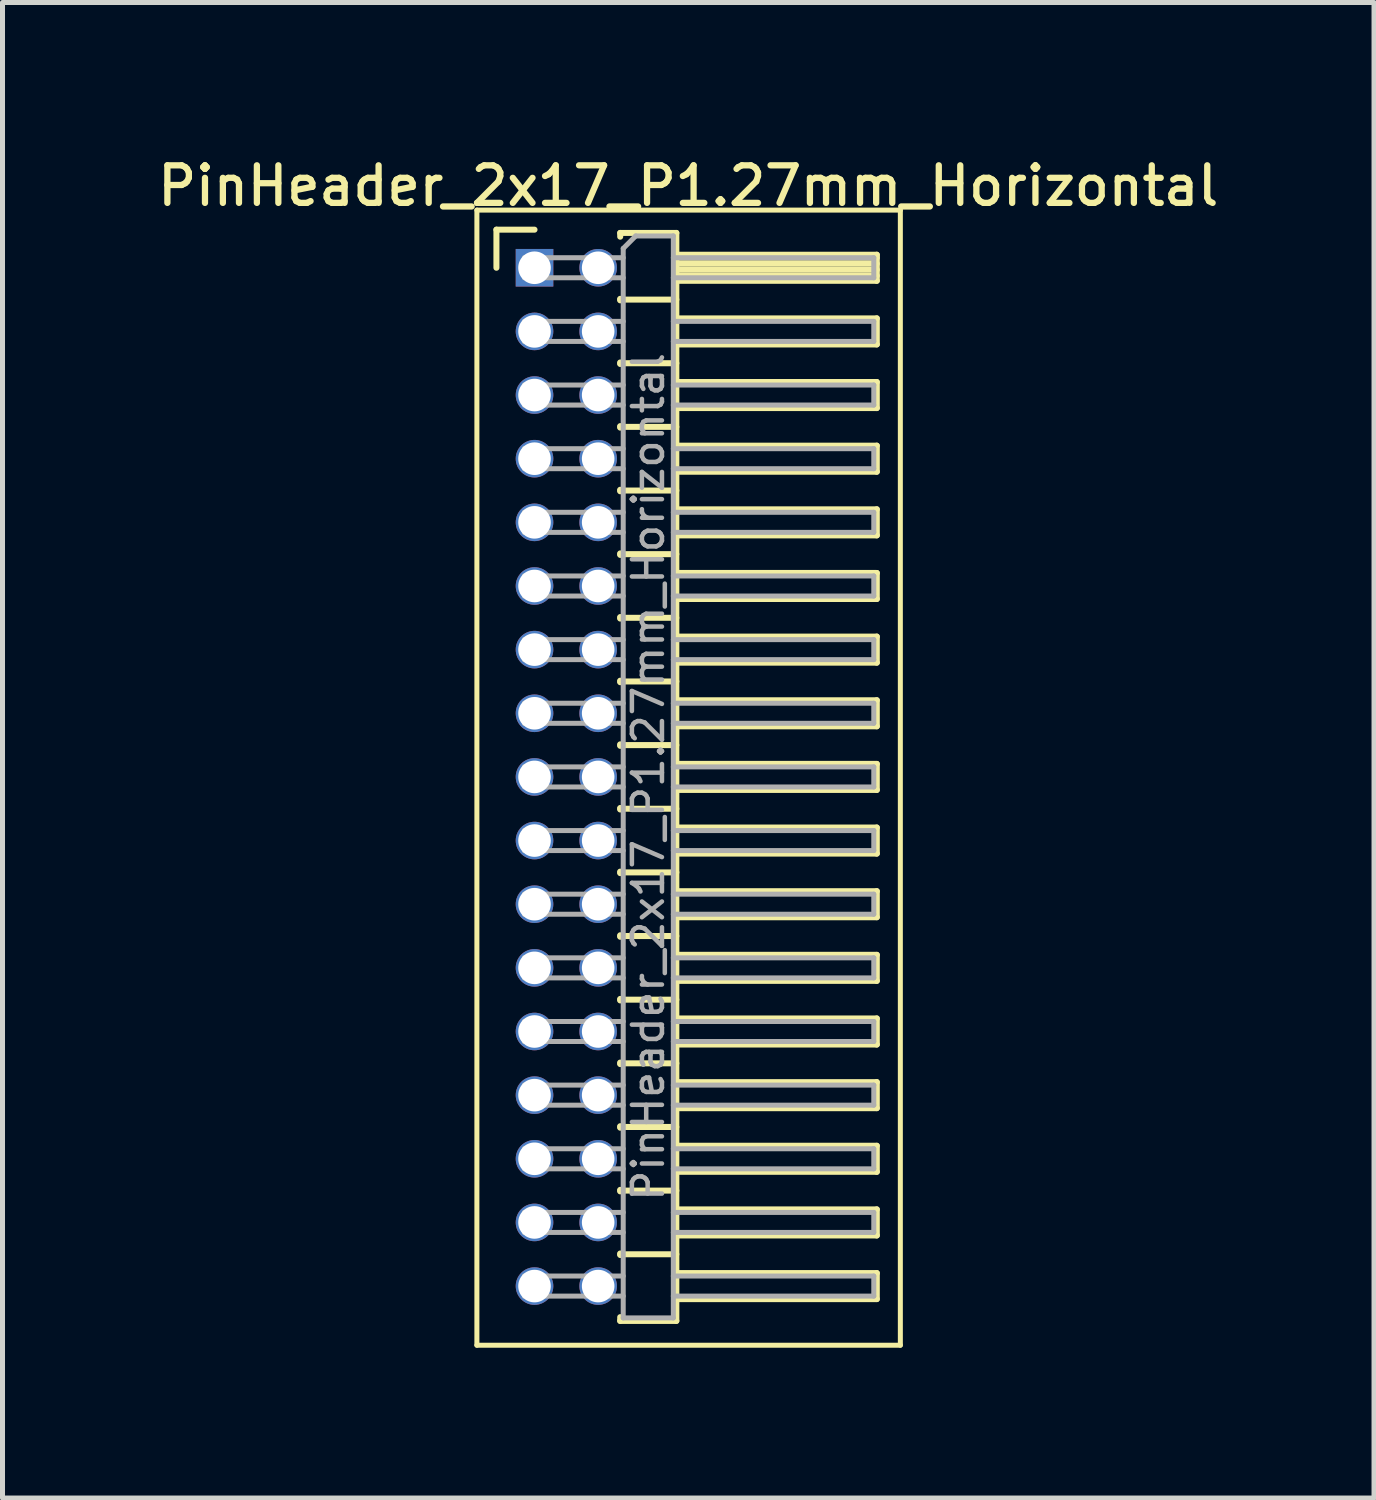
<source format=kicad_pcb>
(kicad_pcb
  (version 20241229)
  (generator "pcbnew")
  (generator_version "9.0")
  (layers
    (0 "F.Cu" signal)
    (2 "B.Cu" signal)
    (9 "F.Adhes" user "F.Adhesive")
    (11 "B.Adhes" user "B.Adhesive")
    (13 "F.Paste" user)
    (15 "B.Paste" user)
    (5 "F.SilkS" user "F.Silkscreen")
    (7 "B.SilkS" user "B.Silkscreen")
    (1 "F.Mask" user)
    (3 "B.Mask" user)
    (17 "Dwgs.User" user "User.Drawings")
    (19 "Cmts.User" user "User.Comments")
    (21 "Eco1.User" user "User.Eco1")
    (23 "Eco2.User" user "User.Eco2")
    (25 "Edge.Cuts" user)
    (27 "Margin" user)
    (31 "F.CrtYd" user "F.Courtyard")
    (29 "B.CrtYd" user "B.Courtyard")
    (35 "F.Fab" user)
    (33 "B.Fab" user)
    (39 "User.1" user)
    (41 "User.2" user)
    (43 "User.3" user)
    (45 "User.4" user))
  (footprint "PinHeader_2x17_P1.27mm_Horizontal"
    (layer "F.Cu")
    (at 7.616 2.293)
    (property "Reference" "PinHeader_2x17_P1.27mm_Horizontal" (at 3.067 -1.635 0) (layer "F.SilkS") (effects (font (size 0.75 0.75) (thickness 0.125))))
    (attr through_hole)
    (fp_line (start -1.15 -1.15) (end -1.15 21.5) (stroke (width 0.1) (type solid)) (layer "F.SilkS"))
    (fp_line (start -1.15 21.5) (end 7.3 21.5) (stroke (width 0.1) (type solid)) (layer "F.SilkS"))
    (fp_line (start -0.76 -0.76) (end 0 -0.76) (stroke (width 0.12) (type solid)) (layer "F.SilkS"))
    (fp_line (start -0.76 0) (end -0.76 -0.76) (stroke (width 0.12) (type solid)) (layer "F.SilkS"))
    (fp_line (start 1.71 -0.695) (end 2.83 -0.695) (stroke (width 0.12) (type solid)) (layer "F.SilkS"))
    (fp_line (start 1.71 -0.62) (end 1.71 -0.695) (stroke (width 0.12) (type solid)) (layer "F.SilkS"))
    (fp_line (start 1.71 0.62) (end 1.71 0.65) (stroke (width 0.12) (type solid)) (layer "F.SilkS"))
    (fp_line (start 1.71 0.635) (end 2.83 0.635) (stroke (width 0.12) (type solid)) (layer "F.SilkS"))
    (fp_line (start 1.71 1.89) (end 1.71 1.92) (stroke (width 0.12) (type solid)) (layer "F.SilkS"))
    (fp_line (start 1.71 1.905) (end 2.83 1.905) (stroke (width 0.12) (type solid)) (layer "F.SilkS"))
    (fp_line (start 1.71 3.16) (end 1.71 3.19) (stroke (width 0.12) (type solid)) (layer "F.SilkS"))
    (fp_line (start 1.71 3.175) (end 2.83 3.175) (stroke (width 0.12) (type solid)) (layer "F.SilkS"))
    (fp_line (start 1.71 4.43) (end 1.71 4.46) (stroke (width 0.12) (type solid)) (layer "F.SilkS"))
    (fp_line (start 1.71 4.445) (end 2.83 4.445) (stroke (width 0.12) (type solid)) (layer "F.SilkS"))
    (fp_line (start 1.71 5.7) (end 1.71 5.73) (stroke (width 0.12) (type solid)) (layer "F.SilkS"))
    (fp_line (start 1.71 5.715) (end 2.83 5.715) (stroke (width 0.12) (type solid)) (layer "F.SilkS"))
    (fp_line (start 1.71 6.97) (end 1.71 7) (stroke (width 0.12) (type solid)) (layer "F.SilkS"))
    (fp_line (start 1.71 6.985) (end 2.83 6.985) (stroke (width 0.12) (type solid)) (layer "F.SilkS"))
    (fp_line (start 1.71 8.24) (end 1.71 8.27) (stroke (width 0.12) (type solid)) (layer "F.SilkS"))
    (fp_line (start 1.71 8.255) (end 2.83 8.255) (stroke (width 0.12) (type solid)) (layer "F.SilkS"))
    (fp_line (start 1.71 9.51) (end 1.71 9.54) (stroke (width 0.12) (type solid)) (layer "F.SilkS"))
    (fp_line (start 1.71 9.525) (end 2.83 9.525) (stroke (width 0.12) (type solid)) (layer "F.SilkS"))
    (fp_line (start 1.71 10.78) (end 1.71 10.81) (stroke (width 0.12) (type solid)) (layer "F.SilkS"))
    (fp_line (start 1.71 10.795) (end 2.83 10.795) (stroke (width 0.12) (type solid)) (layer "F.SilkS"))
    (fp_line (start 1.71 12.05) (end 1.71 12.08) (stroke (width 0.12) (type solid)) (layer "F.SilkS"))
    (fp_line (start 1.71 12.065) (end 2.83 12.065) (stroke (width 0.12) (type solid)) (layer "F.SilkS"))
    (fp_line (start 1.71 13.32) (end 1.71 13.35) (stroke (width 0.12) (type solid)) (layer "F.SilkS"))
    (fp_line (start 1.71 13.335) (end 2.83 13.335) (stroke (width 0.12) (type solid)) (layer "F.SilkS"))
    (fp_line (start 1.71 14.59) (end 1.71 14.62) (stroke (width 0.12) (type solid)) (layer "F.SilkS"))
    (fp_line (start 1.71 14.605) (end 2.83 14.605) (stroke (width 0.12) (type solid)) (layer "F.SilkS"))
    (fp_line (start 1.71 15.86) (end 1.71 15.89) (stroke (width 0.12) (type solid)) (layer "F.SilkS"))
    (fp_line (start 1.71 15.875) (end 2.83 15.875) (stroke (width 0.12) (type solid)) (layer "F.SilkS"))
    (fp_line (start 1.71 17.13) (end 1.71 17.16) (stroke (width 0.12) (type solid)) (layer "F.SilkS"))
    (fp_line (start 1.71 17.145) (end 2.83 17.145) (stroke (width 0.12) (type solid)) (layer "F.SilkS"))
    (fp_line (start 1.71 18.4) (end 1.71 18.43) (stroke (width 0.12) (type solid)) (layer "F.SilkS"))
    (fp_line (start 1.71 18.415) (end 2.83 18.415) (stroke (width 0.12) (type solid)) (layer "F.SilkS"))
    (fp_line (start 1.71 19.67) (end 1.71 19.7) (stroke (width 0.12) (type solid)) (layer "F.SilkS"))
    (fp_line (start 1.71 19.685) (end 2.83 19.685) (stroke (width 0.12) (type solid)) (layer "F.SilkS"))
    (fp_line (start 1.71 21.015) (end 1.71 20.94) (stroke (width 0.12) (type solid)) (layer "F.SilkS"))
    (fp_line (start 2.83 -0.695) (end 2.83 21.015) (stroke (width 0.12) (type solid)) (layer "F.SilkS"))
    (fp_line (start 2.83 -0.26) (end 6.83 -0.26) (stroke (width 0.12) (type solid)) (layer "F.SilkS"))
    (fp_line (start 2.83 -0.2) (end 6.83 -0.2) (stroke (width 0.12) (type solid)) (layer "F.SilkS"))
    (fp_line (start 2.83 -0.08) (end 6.83 -0.08) (stroke (width 0.12) (type solid)) (layer "F.SilkS"))
    (fp_line (start 2.83 0.04) (end 6.83 0.04) (stroke (width 0.12) (type solid)) (layer "F.SilkS"))
    (fp_line (start 2.83 0.16) (end 6.83 0.16) (stroke (width 0.12) (type solid)) (layer "F.SilkS"))
    (fp_line (start 2.83 1.01) (end 6.83 1.01) (stroke (width 0.12) (type solid)) (layer "F.SilkS"))
    (fp_line (start 2.83 2.28) (end 6.83 2.28) (stroke (width 0.12) (type solid)) (layer "F.SilkS"))
    (fp_line (start 2.83 3.55) (end 6.83 3.55) (stroke (width 0.12) (type solid)) (layer "F.SilkS"))
    (fp_line (start 2.83 4.82) (end 6.83 4.82) (stroke (width 0.12) (type solid)) (layer "F.SilkS"))
    (fp_line (start 2.83 6.09) (end 6.83 6.09) (stroke (width 0.12) (type solid)) (layer "F.SilkS"))
    (fp_line (start 2.83 7.36) (end 6.83 7.36) (stroke (width 0.12) (type solid)) (layer "F.SilkS"))
    (fp_line (start 2.83 8.63) (end 6.83 8.63) (stroke (width 0.12) (type solid)) (layer "F.SilkS"))
    (fp_line (start 2.83 9.9) (end 6.83 9.9) (stroke (width 0.12) (type solid)) (layer "F.SilkS"))
    (fp_line (start 2.83 11.17) (end 6.83 11.17) (stroke (width 0.12) (type solid)) (layer "F.SilkS"))
    (fp_line (start 2.83 12.44) (end 6.83 12.44) (stroke (width 0.12) (type solid)) (layer "F.SilkS"))
    (fp_line (start 2.83 13.71) (end 6.83 13.71) (stroke (width 0.12) (type solid)) (layer "F.SilkS"))
    (fp_line (start 2.83 14.98) (end 6.83 14.98) (stroke (width 0.12) (type solid)) (layer "F.SilkS"))
    (fp_line (start 2.83 16.25) (end 6.83 16.25) (stroke (width 0.12) (type solid)) (layer "F.SilkS"))
    (fp_line (start 2.83 17.52) (end 6.83 17.52) (stroke (width 0.12) (type solid)) (layer "F.SilkS"))
    (fp_line (start 2.83 18.79) (end 6.83 18.79) (stroke (width 0.12) (type solid)) (layer "F.SilkS"))
    (fp_line (start 2.83 20.06) (end 6.83 20.06) (stroke (width 0.12) (type solid)) (layer "F.SilkS"))
    (fp_line (start 2.83 21.015) (end 1.71 21.015) (stroke (width 0.12) (type solid)) (layer "F.SilkS"))
    (fp_line (start 6.83 -0.26) (end 6.83 0.26) (stroke (width 0.12) (type solid)) (layer "F.SilkS"))
    (fp_line (start 6.83 0.26) (end 2.83 0.26) (stroke (width 0.12) (type solid)) (layer "F.SilkS"))
    (fp_line (start 6.83 1.01) (end 6.83 1.53) (stroke (width 0.12) (type solid)) (layer "F.SilkS"))
    (fp_line (start 6.83 1.53) (end 2.83 1.53) (stroke (width 0.12) (type solid)) (layer "F.SilkS"))
    (fp_line (start 6.83 2.28) (end 6.83 2.8) (stroke (width 0.12) (type solid)) (layer "F.SilkS"))
    (fp_line (start 6.83 2.8) (end 2.83 2.8) (stroke (width 0.12) (type solid)) (layer "F.SilkS"))
    (fp_line (start 6.83 3.55) (end 6.83 4.07) (stroke (width 0.12) (type solid)) (layer "F.SilkS"))
    (fp_line (start 6.83 4.07) (end 2.83 4.07) (stroke (width 0.12) (type solid)) (layer "F.SilkS"))
    (fp_line (start 6.83 4.82) (end 6.83 5.34) (stroke (width 0.12) (type solid)) (layer "F.SilkS"))
    (fp_line (start 6.83 5.34) (end 2.83 5.34) (stroke (width 0.12) (type solid)) (layer "F.SilkS"))
    (fp_line (start 6.83 6.09) (end 6.83 6.61) (stroke (width 0.12) (type solid)) (layer "F.SilkS"))
    (fp_line (start 6.83 6.61) (end 2.83 6.61) (stroke (width 0.12) (type solid)) (layer "F.SilkS"))
    (fp_line (start 6.83 7.36) (end 6.83 7.88) (stroke (width 0.12) (type solid)) (layer "F.SilkS"))
    (fp_line (start 6.83 7.88) (end 2.83 7.88) (stroke (width 0.12) (type solid)) (layer "F.SilkS"))
    (fp_line (start 6.83 8.63) (end 6.83 9.15) (stroke (width 0.12) (type solid)) (layer "F.SilkS"))
    (fp_line (start 6.83 9.15) (end 2.83 9.15) (stroke (width 0.12) (type solid)) (layer "F.SilkS"))
    (fp_line (start 6.83 9.9) (end 6.83 10.42) (stroke (width 0.12) (type solid)) (layer "F.SilkS"))
    (fp_line (start 6.83 10.42) (end 2.83 10.42) (stroke (width 0.12) (type solid)) (layer "F.SilkS"))
    (fp_line (start 6.83 11.17) (end 6.83 11.69) (stroke (width 0.12) (type solid)) (layer "F.SilkS"))
    (fp_line (start 6.83 11.69) (end 2.83 11.69) (stroke (width 0.12) (type solid)) (layer "F.SilkS"))
    (fp_line (start 6.83 12.44) (end 6.83 12.96) (stroke (width 0.12) (type solid)) (layer "F.SilkS"))
    (fp_line (start 6.83 12.96) (end 2.83 12.96) (stroke (width 0.12) (type solid)) (layer "F.SilkS"))
    (fp_line (start 6.83 13.71) (end 6.83 14.23) (stroke (width 0.12) (type solid)) (layer "F.SilkS"))
    (fp_line (start 6.83 14.23) (end 2.83 14.23) (stroke (width 0.12) (type solid)) (layer "F.SilkS"))
    (fp_line (start 6.83 14.98) (end 6.83 15.5) (stroke (width 0.12) (type solid)) (layer "F.SilkS"))
    (fp_line (start 6.83 15.5) (end 2.83 15.5) (stroke (width 0.12) (type solid)) (layer "F.SilkS"))
    (fp_line (start 6.83 16.25) (end 6.83 16.77) (stroke (width 0.12) (type solid)) (layer "F.SilkS"))
    (fp_line (start 6.83 16.77) (end 2.83 16.77) (stroke (width 0.12) (type solid)) (layer "F.SilkS"))
    (fp_line (start 6.83 17.52) (end 6.83 18.04) (stroke (width 0.12) (type solid)) (layer "F.SilkS"))
    (fp_line (start 6.83 18.04) (end 2.83 18.04) (stroke (width 0.12) (type solid)) (layer "F.SilkS"))
    (fp_line (start 6.83 18.79) (end 6.83 19.31) (stroke (width 0.12) (type solid)) (layer "F.SilkS"))
    (fp_line (start 6.83 19.31) (end 2.83 19.31) (stroke (width 0.12) (type solid)) (layer "F.SilkS"))
    (fp_line (start 6.83 20.06) (end 6.83 20.58) (stroke (width 0.12) (type solid)) (layer "F.SilkS"))
    (fp_line (start 6.83 20.58) (end 2.83 20.58) (stroke (width 0.12) (type solid)) (layer "F.SilkS"))
    (fp_line (start 7.3 -1.15) (end -1.15 -1.15) (stroke (width 0.1) (type solid)) (layer "F.SilkS"))
    (fp_line (start 7.3 21.5) (end 7.3 -1.15) (stroke (width 0.1) (type solid)) (layer "F.SilkS"))
    (fp_line (start -0.2 -0.2) (end -0.2 0.2) (stroke (width 0.1) (type solid)) (layer "F.Fab"))
    (fp_line (start -0.2 -0.2) (end 1.77 -0.2) (stroke (width 0.1) (type solid)) (layer "F.Fab"))
    (fp_line (start -0.2 0.2) (end 1.77 0.2) (stroke (width 0.1) (type solid)) (layer "F.Fab"))
    (fp_line (start -0.2 1.07) (end -0.2 1.47) (stroke (width 0.1) (type solid)) (layer "F.Fab"))
    (fp_line (start -0.2 1.07) (end 1.77 1.07) (stroke (width 0.1) (type solid)) (layer "F.Fab"))
    (fp_line (start -0.2 1.47) (end 1.77 1.47) (stroke (width 0.1) (type solid)) (layer "F.Fab"))
    (fp_line (start -0.2 2.34) (end -0.2 2.74) (stroke (width 0.1) (type solid)) (layer "F.Fab"))
    (fp_line (start -0.2 2.34) (end 1.77 2.34) (stroke (width 0.1) (type solid)) (layer "F.Fab"))
    (fp_line (start -0.2 2.74) (end 1.77 2.74) (stroke (width 0.1) (type solid)) (layer "F.Fab"))
    (fp_line (start -0.2 3.61) (end -0.2 4.01) (stroke (width 0.1) (type solid)) (layer "F.Fab"))
    (fp_line (start -0.2 3.61) (end 1.77 3.61) (stroke (width 0.1) (type solid)) (layer "F.Fab"))
    (fp_line (start -0.2 4.01) (end 1.77 4.01) (stroke (width 0.1) (type solid)) (layer "F.Fab"))
    (fp_line (start -0.2 4.88) (end -0.2 5.28) (stroke (width 0.1) (type solid)) (layer "F.Fab"))
    (fp_line (start -0.2 4.88) (end 1.77 4.88) (stroke (width 0.1) (type solid)) (layer "F.Fab"))
    (fp_line (start -0.2 5.28) (end 1.77 5.28) (stroke (width 0.1) (type solid)) (layer "F.Fab"))
    (fp_line (start -0.2 6.15) (end -0.2 6.55) (stroke (width 0.1) (type solid)) (layer "F.Fab"))
    (fp_line (start -0.2 6.15) (end 1.77 6.15) (stroke (width 0.1) (type solid)) (layer "F.Fab"))
    (fp_line (start -0.2 6.55) (end 1.77 6.55) (stroke (width 0.1) (type solid)) (layer "F.Fab"))
    (fp_line (start -0.2 7.42) (end -0.2 7.82) (stroke (width 0.1) (type solid)) (layer "F.Fab"))
    (fp_line (start -0.2 7.42) (end 1.77 7.42) (stroke (width 0.1) (type solid)) (layer "F.Fab"))
    (fp_line (start -0.2 7.82) (end 1.77 7.82) (stroke (width 0.1) (type solid)) (layer "F.Fab"))
    (fp_line (start -0.2 8.69) (end -0.2 9.09) (stroke (width 0.1) (type solid)) (layer "F.Fab"))
    (fp_line (start -0.2 8.69) (end 1.77 8.69) (stroke (width 0.1) (type solid)) (layer "F.Fab"))
    (fp_line (start -0.2 9.09) (end 1.77 9.09) (stroke (width 0.1) (type solid)) (layer "F.Fab"))
    (fp_line (start -0.2 9.96) (end -0.2 10.36) (stroke (width 0.1) (type solid)) (layer "F.Fab"))
    (fp_line (start -0.2 9.96) (end 1.77 9.96) (stroke (width 0.1) (type solid)) (layer "F.Fab"))
    (fp_line (start -0.2 10.36) (end 1.77 10.36) (stroke (width 0.1) (type solid)) (layer "F.Fab"))
    (fp_line (start -0.2 11.23) (end -0.2 11.63) (stroke (width 0.1) (type solid)) (layer "F.Fab"))
    (fp_line (start -0.2 11.23) (end 1.77 11.23) (stroke (width 0.1) (type solid)) (layer "F.Fab"))
    (fp_line (start -0.2 11.63) (end 1.77 11.63) (stroke (width 0.1) (type solid)) (layer "F.Fab"))
    (fp_line (start -0.2 12.5) (end -0.2 12.9) (stroke (width 0.1) (type solid)) (layer "F.Fab"))
    (fp_line (start -0.2 12.5) (end 1.77 12.5) (stroke (width 0.1) (type solid)) (layer "F.Fab"))
    (fp_line (start -0.2 12.9) (end 1.77 12.9) (stroke (width 0.1) (type solid)) (layer "F.Fab"))
    (fp_line (start -0.2 13.77) (end -0.2 14.17) (stroke (width 0.1) (type solid)) (layer "F.Fab"))
    (fp_line (start -0.2 13.77) (end 1.77 13.77) (stroke (width 0.1) (type solid)) (layer "F.Fab"))
    (fp_line (start -0.2 14.17) (end 1.77 14.17) (stroke (width 0.1) (type solid)) (layer "F.Fab"))
    (fp_line (start -0.2 15.04) (end -0.2 15.44) (stroke (width 0.1) (type solid)) (layer "F.Fab"))
    (fp_line (start -0.2 15.04) (end 1.77 15.04) (stroke (width 0.1) (type solid)) (layer "F.Fab"))
    (fp_line (start -0.2 15.44) (end 1.77 15.44) (stroke (width 0.1) (type solid)) (layer "F.Fab"))
    (fp_line (start -0.2 16.31) (end -0.2 16.71) (stroke (width 0.1) (type solid)) (layer "F.Fab"))
    (fp_line (start -0.2 16.31) (end 1.77 16.31) (stroke (width 0.1) (type solid)) (layer "F.Fab"))
    (fp_line (start -0.2 16.71) (end 1.77 16.71) (stroke (width 0.1) (type solid)) (layer "F.Fab"))
    (fp_line (start -0.2 17.58) (end -0.2 17.98) (stroke (width 0.1) (type solid)) (layer "F.Fab"))
    (fp_line (start -0.2 17.58) (end 1.77 17.58) (stroke (width 0.1) (type solid)) (layer "F.Fab"))
    (fp_line (start -0.2 17.98) (end 1.77 17.98) (stroke (width 0.1) (type solid)) (layer "F.Fab"))
    (fp_line (start -0.2 18.85) (end -0.2 19.25) (stroke (width 0.1) (type solid)) (layer "F.Fab"))
    (fp_line (start -0.2 18.85) (end 1.77 18.85) (stroke (width 0.1) (type solid)) (layer "F.Fab"))
    (fp_line (start -0.2 19.25) (end 1.77 19.25) (stroke (width 0.1) (type solid)) (layer "F.Fab"))
    (fp_line (start -0.2 20.12) (end -0.2 20.52) (stroke (width 0.1) (type solid)) (layer "F.Fab"))
    (fp_line (start -0.2 20.12) (end 1.77 20.12) (stroke (width 0.1) (type solid)) (layer "F.Fab"))
    (fp_line (start -0.2 20.52) (end 1.77 20.52) (stroke (width 0.1) (type solid)) (layer "F.Fab"))
    (fp_line (start 1.77 -0.385) (end 2.02 -0.635) (stroke (width 0.1) (type solid)) (layer "F.Fab"))
    (fp_line (start 1.77 20.955) (end 1.77 -0.385) (stroke (width 0.1) (type solid)) (layer "F.Fab"))
    (fp_line (start 2.02 -0.635) (end 2.77 -0.635) (stroke (width 0.1) (type solid)) (layer "F.Fab"))
    (fp_line (start 2.77 -0.635) (end 2.77 20.955) (stroke (width 0.1) (type solid)) (layer "F.Fab"))
    (fp_line (start 2.77 -0.2) (end 6.77 -0.2) (stroke (width 0.1) (type solid)) (layer "F.Fab"))
    (fp_line (start 2.77 0.2) (end 6.77 0.2) (stroke (width 0.1) (type solid)) (layer "F.Fab"))
    (fp_line (start 2.77 1.07) (end 6.77 1.07) (stroke (width 0.1) (type solid)) (layer "F.Fab"))
    (fp_line (start 2.77 1.47) (end 6.77 1.47) (stroke (width 0.1) (type solid)) (layer "F.Fab"))
    (fp_line (start 2.77 2.34) (end 6.77 2.34) (stroke (width 0.1) (type solid)) (layer "F.Fab"))
    (fp_line (start 2.77 2.74) (end 6.77 2.74) (stroke (width 0.1) (type solid)) (layer "F.Fab"))
    (fp_line (start 2.77 3.61) (end 6.77 3.61) (stroke (width 0.1) (type solid)) (layer "F.Fab"))
    (fp_line (start 2.77 4.01) (end 6.77 4.01) (stroke (width 0.1) (type solid)) (layer "F.Fab"))
    (fp_line (start 2.77 4.88) (end 6.77 4.88) (stroke (width 0.1) (type solid)) (layer "F.Fab"))
    (fp_line (start 2.77 5.28) (end 6.77 5.28) (stroke (width 0.1) (type solid)) (layer "F.Fab"))
    (fp_line (start 2.77 6.15) (end 6.77 6.15) (stroke (width 0.1) (type solid)) (layer "F.Fab"))
    (fp_line (start 2.77 6.55) (end 6.77 6.55) (stroke (width 0.1) (type solid)) (layer "F.Fab"))
    (fp_line (start 2.77 7.42) (end 6.77 7.42) (stroke (width 0.1) (type solid)) (layer "F.Fab"))
    (fp_line (start 2.77 7.82) (end 6.77 7.82) (stroke (width 0.1) (type solid)) (layer "F.Fab"))
    (fp_line (start 2.77 8.69) (end 6.77 8.69) (stroke (width 0.1) (type solid)) (layer "F.Fab"))
    (fp_line (start 2.77 9.09) (end 6.77 9.09) (stroke (width 0.1) (type solid)) (layer "F.Fab"))
    (fp_line (start 2.77 9.96) (end 6.77 9.96) (stroke (width 0.1) (type solid)) (layer "F.Fab"))
    (fp_line (start 2.77 10.36) (end 6.77 10.36) (stroke (width 0.1) (type solid)) (layer "F.Fab"))
    (fp_line (start 2.77 11.23) (end 6.77 11.23) (stroke (width 0.1) (type solid)) (layer "F.Fab"))
    (fp_line (start 2.77 11.63) (end 6.77 11.63) (stroke (width 0.1) (type solid)) (layer "F.Fab"))
    (fp_line (start 2.77 12.5) (end 6.77 12.5) (stroke (width 0.1) (type solid)) (layer "F.Fab"))
    (fp_line (start 2.77 12.9) (end 6.77 12.9) (stroke (width 0.1) (type solid)) (layer "F.Fab"))
    (fp_line (start 2.77 13.77) (end 6.77 13.77) (stroke (width 0.1) (type solid)) (layer "F.Fab"))
    (fp_line (start 2.77 14.17) (end 6.77 14.17) (stroke (width 0.1) (type solid)) (layer "F.Fab"))
    (fp_line (start 2.77 15.04) (end 6.77 15.04) (stroke (width 0.1) (type solid)) (layer "F.Fab"))
    (fp_line (start 2.77 15.44) (end 6.77 15.44) (stroke (width 0.1) (type solid)) (layer "F.Fab"))
    (fp_line (start 2.77 16.31) (end 6.77 16.31) (stroke (width 0.1) (type solid)) (layer "F.Fab"))
    (fp_line (start 2.77 16.71) (end 6.77 16.71) (stroke (width 0.1) (type solid)) (layer "F.Fab"))
    (fp_line (start 2.77 17.58) (end 6.77 17.58) (stroke (width 0.1) (type solid)) (layer "F.Fab"))
    (fp_line (start 2.77 17.98) (end 6.77 17.98) (stroke (width 0.1) (type solid)) (layer "F.Fab"))
    (fp_line (start 2.77 18.85) (end 6.77 18.85) (stroke (width 0.1) (type solid)) (layer "F.Fab"))
    (fp_line (start 2.77 19.25) (end 6.77 19.25) (stroke (width 0.1) (type solid)) (layer "F.Fab"))
    (fp_line (start 2.77 20.12) (end 6.77 20.12) (stroke (width 0.1) (type solid)) (layer "F.Fab"))
    (fp_line (start 2.77 20.52) (end 6.77 20.52) (stroke (width 0.1) (type solid)) (layer "F.Fab"))
    (fp_line (start 2.77 20.955) (end 1.77 20.955) (stroke (width 0.1) (type solid)) (layer "F.Fab"))
    (fp_line (start 6.77 -0.2) (end 6.77 0.2) (stroke (width 0.1) (type solid)) (layer "F.Fab"))
    (fp_line (start 6.77 1.07) (end 6.77 1.47) (stroke (width 0.1) (type solid)) (layer "F.Fab"))
    (fp_line (start 6.77 2.34) (end 6.77 2.74) (stroke (width 0.1) (type solid)) (layer "F.Fab"))
    (fp_line (start 6.77 3.61) (end 6.77 4.01) (stroke (width 0.1) (type solid)) (layer "F.Fab"))
    (fp_line (start 6.77 4.88) (end 6.77 5.28) (stroke (width 0.1) (type solid)) (layer "F.Fab"))
    (fp_line (start 6.77 6.15) (end 6.77 6.55) (stroke (width 0.1) (type solid)) (layer "F.Fab"))
    (fp_line (start 6.77 7.42) (end 6.77 7.82) (stroke (width 0.1) (type solid)) (layer "F.Fab"))
    (fp_line (start 6.77 8.69) (end 6.77 9.09) (stroke (width 0.1) (type solid)) (layer "F.Fab"))
    (fp_line (start 6.77 9.96) (end 6.77 10.36) (stroke (width 0.1) (type solid)) (layer "F.Fab"))
    (fp_line (start 6.77 11.23) (end 6.77 11.63) (stroke (width 0.1) (type solid)) (layer "F.Fab"))
    (fp_line (start 6.77 12.5) (end 6.77 12.9) (stroke (width 0.1) (type solid)) (layer "F.Fab"))
    (fp_line (start 6.77 13.77) (end 6.77 14.17) (stroke (width 0.1) (type solid)) (layer "F.Fab"))
    (fp_line (start 6.77 15.04) (end 6.77 15.44) (stroke (width 0.1) (type solid)) (layer "F.Fab"))
    (fp_line (start 6.77 16.31) (end 6.77 16.71) (stroke (width 0.1) (type solid)) (layer "F.Fab"))
    (fp_line (start 6.77 17.58) (end 6.77 17.98) (stroke (width 0.1) (type solid)) (layer "F.Fab"))
    (fp_line (start 6.77 18.85) (end 6.77 19.25) (stroke (width 0.1) (type solid)) (layer "F.Fab"))
    (fp_line (start 6.77 20.12) (end 6.77 20.52) (stroke (width 0.1) (type solid)) (layer "F.Fab"))
    (fp_text user "${REFERENCE}" (at 2.27 10.16 90) (layer "F.Fab") (effects (font (size 0.6 0.6) (thickness 0.09))))
    (pad "1" thru_hole rect (at 0 0) (size 0.75 0.75) (drill 0.65) (layers "*.Cu" "*.Mask"))
    (pad "2" thru_hole oval (at 1.27 0) (size 0.75 0.75) (drill 0.65) (layers "*.Cu" "*.Mask"))
    (pad "3" thru_hole oval (at 0 1.27) (size 0.75 0.75) (drill 0.65) (layers "*.Cu" "*.Mask"))
    (pad "4" thru_hole oval (at 1.27 1.27) (size 0.75 0.75) (drill 0.65) (layers "*.Cu" "*.Mask"))
    (pad "5" thru_hole oval (at 0 2.54) (size 0.75 0.75) (drill 0.65) (layers "*.Cu" "*.Mask"))
    (pad "6" thru_hole oval (at 1.27 2.54) (size 0.75 0.75) (drill 0.65) (layers "*.Cu" "*.Mask"))
    (pad "7" thru_hole oval (at 0 3.81) (size 0.75 0.75) (drill 0.65) (layers "*.Cu" "*.Mask"))
    (pad "8" thru_hole oval (at 1.27 3.81) (size 0.75 0.75) (drill 0.65) (layers "*.Cu" "*.Mask"))
    (pad "9" thru_hole oval (at 0 5.08) (size 0.75 0.75) (drill 0.65) (layers "*.Cu" "*.Mask"))
    (pad "10" thru_hole oval (at 1.27 5.08) (size 0.75 0.75) (drill 0.65) (layers "*.Cu" "*.Mask"))
    (pad "11" thru_hole oval (at 0 6.35) (size 0.75 0.75) (drill 0.65) (layers "*.Cu" "*.Mask"))
    (pad "12" thru_hole oval (at 1.27 6.35) (size 0.75 0.75) (drill 0.65) (layers "*.Cu" "*.Mask"))
    (pad "13" thru_hole oval (at 0 7.62) (size 0.75 0.75) (drill 0.65) (layers "*.Cu" "*.Mask"))
    (pad "14" thru_hole oval (at 1.27 7.62) (size 0.75 0.75) (drill 0.65) (layers "*.Cu" "*.Mask"))
    (pad "15" thru_hole oval (at 0 8.89) (size 0.75 0.75) (drill 0.65) (layers "*.Cu" "*.Mask"))
    (pad "16" thru_hole oval (at 1.27 8.89) (size 0.75 0.75) (drill 0.65) (layers "*.Cu" "*.Mask"))
    (pad "17" thru_hole oval (at 0 10.16) (size 0.75 0.75) (drill 0.65) (layers "*.Cu" "*.Mask"))
    (pad "18" thru_hole oval (at 1.27 10.16) (size 0.75 0.75) (drill 0.65) (layers "*.Cu" "*.Mask"))
    (pad "19" thru_hole oval (at 0 11.43) (size 0.75 0.75) (drill 0.65) (layers "*.Cu" "*.Mask"))
    (pad "20" thru_hole oval (at 1.27 11.43) (size 0.75 0.75) (drill 0.65) (layers "*.Cu" "*.Mask"))
    (pad "21" thru_hole oval (at 0 12.7) (size 0.75 0.75) (drill 0.65) (layers "*.Cu" "*.Mask"))
    (pad "22" thru_hole oval (at 1.27 12.7) (size 0.75 0.75) (drill 0.65) (layers "*.Cu" "*.Mask"))
    (pad "23" thru_hole oval (at 0 13.97) (size 0.75 0.75) (drill 0.65) (layers "*.Cu" "*.Mask"))
    (pad "24" thru_hole oval (at 1.27 13.97) (size 0.75 0.75) (drill 0.65) (layers "*.Cu" "*.Mask"))
    (pad "25" thru_hole oval (at 0 15.24) (size 0.75 0.75) (drill 0.65) (layers "*.Cu" "*.Mask"))
    (pad "26" thru_hole oval (at 1.27 15.24) (size 0.75 0.75) (drill 0.65) (layers "*.Cu" "*.Mask"))
    (pad "27" thru_hole oval (at 0 16.51) (size 0.75 0.75) (drill 0.65) (layers "*.Cu" "*.Mask"))
    (pad "28" thru_hole oval (at 1.27 16.51) (size 0.75 0.75) (drill 0.65) (layers "*.Cu" "*.Mask"))
    (pad "29" thru_hole oval (at 0 17.78) (size 0.75 0.75) (drill 0.65) (layers "*.Cu" "*.Mask"))
    (pad "30" thru_hole oval (at 1.27 17.78) (size 0.75 0.75) (drill 0.65) (layers "*.Cu" "*.Mask"))
    (pad "31" thru_hole oval (at 0 19.05) (size 0.75 0.75) (drill 0.65) (layers "*.Cu" "*.Mask"))
    (pad "32" thru_hole oval (at 1.27 19.05) (size 0.75 0.75) (drill 0.65) (layers "*.Cu" "*.Mask"))
    (pad "33" thru_hole oval (at 0 20.32) (size 0.75 0.75) (drill 0.65) (layers "*.Cu" "*.Mask"))
    (pad "34" thru_hole oval (at 1.27 20.32) (size 0.75 0.75) (drill 0.65) (layers "*.Cu" "*.Mask")))
  (gr_rect
    (start -3 -3)
    (end 24.368 26.843)
    (stroke (width 0.1) (type default))
    (fill no)
    (layer "Edge.Cuts")))
</source>
